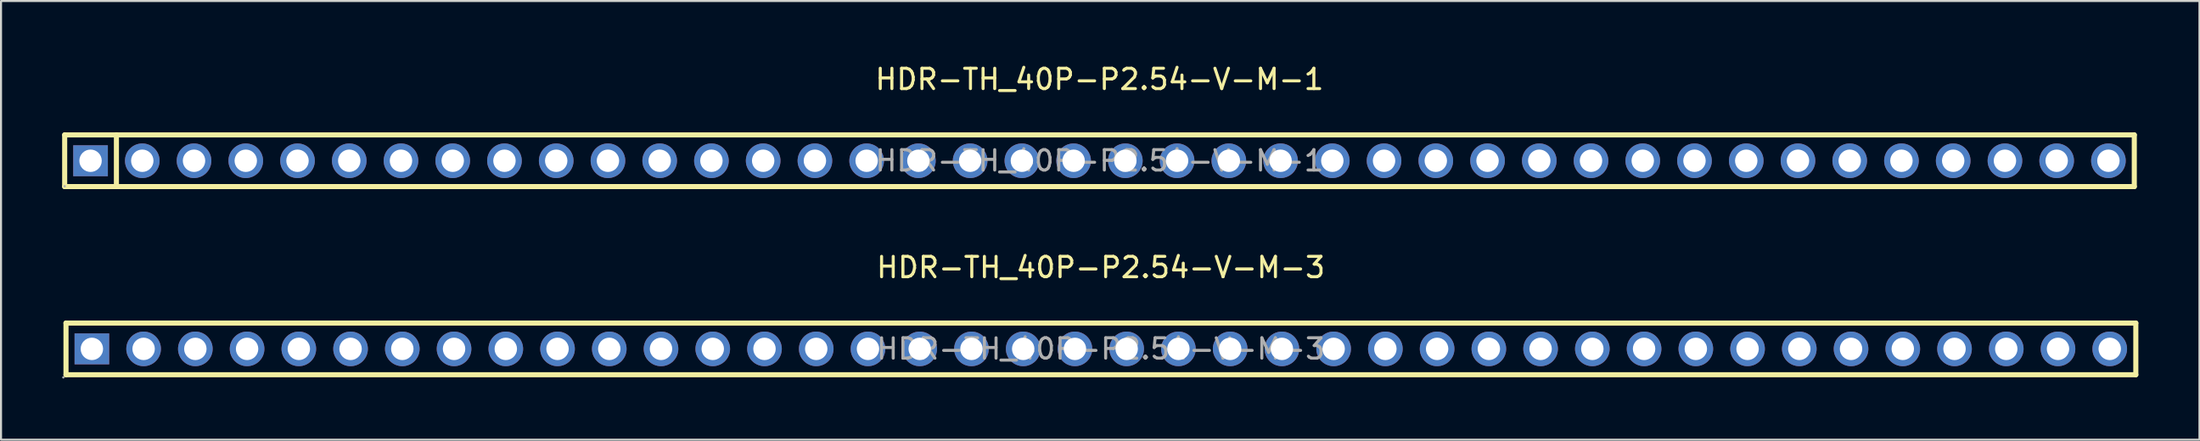
<source format=kicad_pcb>
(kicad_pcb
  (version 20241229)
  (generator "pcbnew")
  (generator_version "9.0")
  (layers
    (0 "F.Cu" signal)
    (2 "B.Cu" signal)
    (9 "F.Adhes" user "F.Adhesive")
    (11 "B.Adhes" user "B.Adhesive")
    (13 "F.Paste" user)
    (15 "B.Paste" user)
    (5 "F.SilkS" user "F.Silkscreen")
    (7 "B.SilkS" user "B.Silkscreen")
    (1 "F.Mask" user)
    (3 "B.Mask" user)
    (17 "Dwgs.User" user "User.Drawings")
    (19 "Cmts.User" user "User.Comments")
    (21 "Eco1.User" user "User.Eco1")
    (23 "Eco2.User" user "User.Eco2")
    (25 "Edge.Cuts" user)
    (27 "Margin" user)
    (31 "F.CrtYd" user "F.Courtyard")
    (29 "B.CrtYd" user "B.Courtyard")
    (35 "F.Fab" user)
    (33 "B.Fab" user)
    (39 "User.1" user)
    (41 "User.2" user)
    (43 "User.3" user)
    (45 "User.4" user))
  (footprint "HDR-TH_40P-P2.54-V-M-3"
    (layer "F.Cu")
    (at 50.99 14.091)
    (property "Reference" "HDR-TH_40P-P2.54-V-M-3" (at 0 -4 0) (layer "F.SilkS") (effects (font (size 1 1) (thickness 0.15))))
    (attr through_hole)
    (fp_line (start -50.8 -1.27) (end 50.81 -1.27) (stroke (width 0.25) (type solid)) (layer "F.SilkS"))
    (fp_line (start -50.8 1.27) (end -50.8 -1.27) (stroke (width 0.25) (type solid)) (layer "F.SilkS"))
    (fp_line (start 50.81 -1.27) (end 50.81 1.27) (stroke (width 0.25) (type solid)) (layer "F.SilkS"))
    (fp_line (start 50.81 1.27) (end -50.8 1.27) (stroke (width 0.25) (type solid)) (layer "F.SilkS"))
    (fp_circle (center -50.93 1.4) (end -50.9 1.4) (stroke (width 0.06) (type solid)) (fill no) (layer "F.Fab"))
    (fp_circle (center -49.53 0) (end -49.3 0) (stroke (width 0.45) (type solid)) (fill no) (layer "F.Fab"))
    (fp_circle (center -46.99 0) (end -46.76 0) (stroke (width 0.45) (type solid)) (fill no) (layer "F.Fab"))
    (fp_circle (center -44.45 0) (end -44.22 0) (stroke (width 0.45) (type solid)) (fill no) (layer "F.Fab"))
    (fp_circle (center -41.91 0) (end -41.68 0) (stroke (width 0.45) (type solid)) (fill no) (layer "F.Fab"))
    (fp_circle (center -39.37 0) (end -39.14 0) (stroke (width 0.45) (type solid)) (fill no) (layer "F.Fab"))
    (fp_circle (center -36.83 0) (end -36.6 0) (stroke (width 0.45) (type solid)) (fill no) (layer "F.Fab"))
    (fp_circle (center -34.29 0) (end -34.06 0) (stroke (width 0.45) (type solid)) (fill no) (layer "F.Fab"))
    (fp_circle (center -31.75 0) (end -31.52 0) (stroke (width 0.45) (type solid)) (fill no) (layer "F.Fab"))
    (fp_circle (center -29.21 0) (end -28.98 0) (stroke (width 0.45) (type solid)) (fill no) (layer "F.Fab"))
    (fp_circle (center -26.67 0) (end -26.44 0) (stroke (width 0.45) (type solid)) (fill no) (layer "F.Fab"))
    (fp_circle (center -24.13 0) (end -23.9 0) (stroke (width 0.45) (type solid)) (fill no) (layer "F.Fab"))
    (fp_circle (center -21.59 0) (end -21.36 0) (stroke (width 0.45) (type solid)) (fill no) (layer "F.Fab"))
    (fp_circle (center -19.05 0) (end -18.82 0) (stroke (width 0.45) (type solid)) (fill no) (layer "F.Fab"))
    (fp_circle (center -16.51 0) (end -16.28 0) (stroke (width 0.45) (type solid)) (fill no) (layer "F.Fab"))
    (fp_circle (center -13.97 0) (end -13.74 0) (stroke (width 0.45) (type solid)) (fill no) (layer "F.Fab"))
    (fp_circle (center -11.43 0) (end -11.2 0) (stroke (width 0.45) (type solid)) (fill no) (layer "F.Fab"))
    (fp_circle (center -8.89 0) (end -8.66 0) (stroke (width 0.45) (type solid)) (fill no) (layer "F.Fab"))
    (fp_circle (center -6.35 0) (end -6.12 0) (stroke (width 0.45) (type solid)) (fill no) (layer "F.Fab"))
    (fp_circle (center -3.81 0) (end -3.58 0) (stroke (width 0.45) (type solid)) (fill no) (layer "F.Fab"))
    (fp_circle (center -1.27 0) (end -1.04 0) (stroke (width 0.45) (type solid)) (fill no) (layer "F.Fab"))
    (fp_circle (center 1.27 0) (end 1.5 0) (stroke (width 0.45) (type solid)) (fill no) (layer "F.Fab"))
    (fp_circle (center 3.81 0) (end 4.04 0) (stroke (width 0.45) (type solid)) (fill no) (layer "F.Fab"))
    (fp_circle (center 6.35 0) (end 6.58 0) (stroke (width 0.45) (type solid)) (fill no) (layer "F.Fab"))
    (fp_circle (center 8.89 0) (end 9.12 0) (stroke (width 0.45) (type solid)) (fill no) (layer "F.Fab"))
    (fp_circle (center 11.43 0) (end 11.66 0) (stroke (width 0.45) (type solid)) (fill no) (layer "F.Fab"))
    (fp_circle (center 13.97 0) (end 14.2 0) (stroke (width 0.45) (type solid)) (fill no) (layer "F.Fab"))
    (fp_circle (center 16.51 0) (end 16.74 0) (stroke (width 0.45) (type solid)) (fill no) (layer "F.Fab"))
    (fp_circle (center 19.05 0) (end 19.28 0) (stroke (width 0.45) (type solid)) (fill no) (layer "F.Fab"))
    (fp_circle (center 21.59 0) (end 21.82 0) (stroke (width 0.45) (type solid)) (fill no) (layer "F.Fab"))
    (fp_circle (center 24.13 0) (end 24.36 0) (stroke (width 0.45) (type solid)) (fill no) (layer "F.Fab"))
    (fp_circle (center 26.67 0) (end 26.9 0) (stroke (width 0.45) (type solid)) (fill no) (layer "F.Fab"))
    (fp_circle (center 29.21 0) (end 29.44 0) (stroke (width 0.45) (type solid)) (fill no) (layer "F.Fab"))
    (fp_circle (center 31.75 0) (end 31.98 0) (stroke (width 0.45) (type solid)) (fill no) (layer "F.Fab"))
    (fp_circle (center 34.29 0) (end 34.52 0) (stroke (width 0.45) (type solid)) (fill no) (layer "F.Fab"))
    (fp_circle (center 36.83 0) (end 37.06 0) (stroke (width 0.45) (type solid)) (fill no) (layer "F.Fab"))
    (fp_circle (center 39.37 0) (end 39.6 0) (stroke (width 0.45) (type solid)) (fill no) (layer "F.Fab"))
    (fp_circle (center 41.91 0) (end 42.14 0) (stroke (width 0.45) (type solid)) (fill no) (layer "F.Fab"))
    (fp_circle (center 44.45 0) (end 44.68 0) (stroke (width 0.45) (type solid)) (fill no) (layer "F.Fab"))
    (fp_circle (center 46.99 0) (end 47.22 0) (stroke (width 0.45) (type solid)) (fill no) (layer "F.Fab"))
    (fp_circle (center 49.53 0) (end 49.76 0) (stroke (width 0.45) (type solid)) (fill no) (layer "F.Fab"))
    (fp_text user "${REFERENCE}" (at 0 0 0) (layer "F.Fab") (effects (font (size 1 1) (thickness 0.15))))
    (pad "1" thru_hole rect (at -49.53 0) (size 1.7 1.52) (drill 1.1) (layers "*.Cu" "*.Paste" "*.Mask"))
    (pad "2" thru_hole circle (at -46.99 0) (size 1.7 1.7) (drill 1.1) (layers "*.Cu" "*.Paste" "*.Mask"))
    (pad "3" thru_hole circle (at -44.45 0) (size 1.7 1.7) (drill 1.1) (layers "*.Cu" "*.Paste" "*.Mask"))
    (pad "4" thru_hole circle (at -41.91 0) (size 1.7 1.7) (drill 1.1) (layers "*.Cu" "*.Paste" "*.Mask"))
    (pad "5" thru_hole circle (at -39.37 0) (size 1.7 1.7) (drill 1.1) (layers "*.Cu" "*.Paste" "*.Mask"))
    (pad "6" thru_hole circle (at -36.83 0) (size 1.7 1.7) (drill 1.1) (layers "*.Cu" "*.Paste" "*.Mask"))
    (pad "7" thru_hole circle (at -34.29 0) (size 1.7 1.7) (drill 1.1) (layers "*.Cu" "*.Paste" "*.Mask"))
    (pad "8" thru_hole circle (at -31.75 0) (size 1.7 1.7) (drill 1.1) (layers "*.Cu" "*.Paste" "*.Mask"))
    (pad "9" thru_hole circle (at -29.21 0) (size 1.7 1.7) (drill 1.1) (layers "*.Cu" "*.Paste" "*.Mask"))
    (pad "10" thru_hole circle (at -26.67 0) (size 1.7 1.7) (drill 1.1) (layers "*.Cu" "*.Paste" "*.Mask"))
    (pad "11" thru_hole circle (at -24.13 0) (size 1.7 1.7) (drill 1.1) (layers "*.Cu" "*.Paste" "*.Mask"))
    (pad "12" thru_hole circle (at -21.59 0) (size 1.7 1.7) (drill 1.1) (layers "*.Cu" "*.Paste" "*.Mask"))
    (pad "13" thru_hole circle (at -19.05 0) (size 1.7 1.7) (drill 1.1) (layers "*.Cu" "*.Paste" "*.Mask"))
    (pad "14" thru_hole circle (at -16.51 0) (size 1.7 1.7) (drill 1.1) (layers "*.Cu" "*.Paste" "*.Mask"))
    (pad "15" thru_hole circle (at -13.97 0) (size 1.7 1.7) (drill 1.1) (layers "*.Cu" "*.Paste" "*.Mask"))
    (pad "16" thru_hole circle (at -11.43 0) (size 1.7 1.7) (drill 1.1) (layers "*.Cu" "*.Paste" "*.Mask"))
    (pad "17" thru_hole circle (at -8.89 0) (size 1.7 1.7) (drill 1.1) (layers "*.Cu" "*.Paste" "*.Mask"))
    (pad "18" thru_hole circle (at -6.35 0) (size 1.7 1.7) (drill 1.1) (layers "*.Cu" "*.Paste" "*.Mask"))
    (pad "19" thru_hole circle (at -3.81 0) (size 1.7 1.7) (drill 1.1) (layers "*.Cu" "*.Paste" "*.Mask"))
    (pad "20" thru_hole circle (at -1.27 0) (size 1.7 1.7) (drill 1.1) (layers "*.Cu" "*.Paste" "*.Mask"))
    (pad "21" thru_hole circle (at 1.27 0) (size 1.7 1.7) (drill 1.1) (layers "*.Cu" "*.Paste" "*.Mask"))
    (pad "22" thru_hole circle (at 3.81 0) (size 1.7 1.7) (drill 1.1) (layers "*.Cu" "*.Paste" "*.Mask"))
    (pad "23" thru_hole circle (at 6.35 0) (size 1.7 1.7) (drill 1.1) (layers "*.Cu" "*.Paste" "*.Mask"))
    (pad "24" thru_hole circle (at 8.89 0) (size 1.7 1.7) (drill 1.1) (layers "*.Cu" "*.Paste" "*.Mask"))
    (pad "25" thru_hole circle (at 11.43 0) (size 1.7 1.7) (drill 1.1) (layers "*.Cu" "*.Paste" "*.Mask"))
    (pad "26" thru_hole circle (at 13.97 0) (size 1.7 1.7) (drill 1.1) (layers "*.Cu" "*.Paste" "*.Mask"))
    (pad "27" thru_hole circle (at 16.51 0) (size 1.7 1.7) (drill 1.1) (layers "*.Cu" "*.Paste" "*.Mask"))
    (pad "28" thru_hole circle (at 19.05 0) (size 1.7 1.7) (drill 1.1) (layers "*.Cu" "*.Paste" "*.Mask"))
    (pad "29" thru_hole circle (at 21.59 0) (size 1.7 1.7) (drill 1.1) (layers "*.Cu" "*.Paste" "*.Mask"))
    (pad "30" thru_hole circle (at 24.13 0) (size 1.7 1.7) (drill 1.1) (layers "*.Cu" "*.Paste" "*.Mask"))
    (pad "31" thru_hole circle (at 26.67 0) (size 1.7 1.7) (drill 1.1) (layers "*.Cu" "*.Paste" "*.Mask"))
    (pad "32" thru_hole circle (at 29.21 0) (size 1.7 1.7) (drill 1.1) (layers "*.Cu" "*.Paste" "*.Mask"))
    (pad "33" thru_hole circle (at 31.75 0) (size 1.7 1.7) (drill 1.1) (layers "*.Cu" "*.Paste" "*.Mask"))
    (pad "34" thru_hole circle (at 34.29 0) (size 1.7 1.7) (drill 1.1) (layers "*.Cu" "*.Paste" "*.Mask"))
    (pad "35" thru_hole circle (at 36.83 0) (size 1.7 1.7) (drill 1.1) (layers "*.Cu" "*.Paste" "*.Mask"))
    (pad "36" thru_hole circle (at 39.37 0) (size 1.7 1.7) (drill 1.1) (layers "*.Cu" "*.Paste" "*.Mask"))
    (pad "37" thru_hole circle (at 41.91 0) (size 1.7 1.7) (drill 1.1) (layers "*.Cu" "*.Paste" "*.Mask"))
    (pad "38" thru_hole circle (at 44.45 0) (size 1.7 1.7) (drill 1.1) (layers "*.Cu" "*.Paste" "*.Mask"))
    (pad "39" thru_hole circle (at 46.99 0) (size 1.7 1.7) (drill 1.1) (layers "*.Cu" "*.Paste" "*.Mask"))
    (pad "40" thru_hole circle (at 49.53 0) (size 1.7 1.7) (drill 1.1) (layers "*.Cu" "*.Paste" "*.Mask")))
  (footprint "HDR-TH_40P-P2.54-V-M-1"
    (layer "F.Cu")
    (at 50.925 4.848)
    (property "Reference" "HDR-TH_40P-P2.54-V-M-1" (at 0 -4 0) (layer "F.SilkS") (effects (font (size 1 1) (thickness 0.15))))
    (attr through_hole)
    (fp_line (start -50.8 -1.27) (end 50.8 -1.27) (stroke (width 0.25) (type solid)) (layer "F.SilkS"))
    (fp_line (start -50.8 1.27) (end -50.8 -1.27) (stroke (width 0.25) (type solid)) (layer "F.SilkS"))
    (fp_line (start -48.26 -1.27) (end -48.26 1.27) (stroke (width 0.25) (type solid)) (layer "F.SilkS"))
    (fp_line (start 50.8 -1.27) (end 50.8 1.27) (stroke (width 0.25) (type solid)) (layer "F.SilkS"))
    (fp_line (start 50.8 1.27) (end -50.8 1.27) (stroke (width 0.25) (type solid)) (layer "F.SilkS"))
    (fp_circle (center -50.8 1.25) (end -50.77 1.25) (stroke (width 0.06) (type solid)) (fill no) (layer "F.Fab"))
    (fp_text user "${REFERENCE}" (at 0 0 0) (layer "F.Fab") (effects (font (size 1 1) (thickness 0.15))))
    (pad "1" thru_hole rect (at -49.53 0) (size 1.7 1.52) (drill 1.1) (layers "*.Cu" "*.Paste" "*.Mask"))
    (pad "2" thru_hole circle (at -46.99 0) (size 1.7 1.7) (drill 1.1) (layers "*.Cu" "*.Paste" "*.Mask"))
    (pad "3" thru_hole circle (at -44.45 0) (size 1.7 1.7) (drill 1.1) (layers "*.Cu" "*.Paste" "*.Mask"))
    (pad "4" thru_hole circle (at -41.91 0) (size 1.7 1.7) (drill 1.1) (layers "*.Cu" "*.Paste" "*.Mask"))
    (pad "5" thru_hole circle (at -39.37 0) (size 1.7 1.7) (drill 1.1) (layers "*.Cu" "*.Paste" "*.Mask"))
    (pad "6" thru_hole circle (at -36.83 0) (size 1.7 1.7) (drill 1.1) (layers "*.Cu" "*.Paste" "*.Mask"))
    (pad "7" thru_hole circle (at -34.29 0) (size 1.7 1.7) (drill 1.1) (layers "*.Cu" "*.Paste" "*.Mask"))
    (pad "8" thru_hole circle (at -31.75 0) (size 1.7 1.7) (drill 1.1) (layers "*.Cu" "*.Paste" "*.Mask"))
    (pad "9" thru_hole circle (at -29.21 0) (size 1.7 1.7) (drill 1.1) (layers "*.Cu" "*.Paste" "*.Mask"))
    (pad "10" thru_hole circle (at -26.67 0) (size 1.7 1.7) (drill 1.1) (layers "*.Cu" "*.Paste" "*.Mask"))
    (pad "11" thru_hole circle (at -24.13 0) (size 1.7 1.7) (drill 1.1) (layers "*.Cu" "*.Paste" "*.Mask"))
    (pad "12" thru_hole circle (at -21.59 0) (size 1.7 1.7) (drill 1.1) (layers "*.Cu" "*.Paste" "*.Mask"))
    (pad "13" thru_hole circle (at -19.05 0) (size 1.7 1.7) (drill 1.1) (layers "*.Cu" "*.Paste" "*.Mask"))
    (pad "14" thru_hole circle (at -16.51 0) (size 1.7 1.7) (drill 1.1) (layers "*.Cu" "*.Paste" "*.Mask"))
    (pad "15" thru_hole circle (at -13.97 0) (size 1.7 1.7) (drill 1.1) (layers "*.Cu" "*.Paste" "*.Mask"))
    (pad "16" thru_hole circle (at -11.43 0) (size 1.7 1.7) (drill 1.1) (layers "*.Cu" "*.Paste" "*.Mask"))
    (pad "17" thru_hole circle (at -8.89 0) (size 1.7 1.7) (drill 1.1) (layers "*.Cu" "*.Paste" "*.Mask"))
    (pad "18" thru_hole circle (at -6.35 0) (size 1.7 1.7) (drill 1.1) (layers "*.Cu" "*.Paste" "*.Mask"))
    (pad "19" thru_hole circle (at -3.81 0) (size 1.7 1.7) (drill 1.1) (layers "*.Cu" "*.Paste" "*.Mask"))
    (pad "20" thru_hole circle (at -1.27 0) (size 1.7 1.7) (drill 1.1) (layers "*.Cu" "*.Paste" "*.Mask"))
    (pad "21" thru_hole circle (at 1.27 0) (size 1.7 1.7) (drill 1.1) (layers "*.Cu" "*.Paste" "*.Mask"))
    (pad "22" thru_hole circle (at 3.81 0) (size 1.7 1.7) (drill 1.1) (layers "*.Cu" "*.Paste" "*.Mask"))
    (pad "23" thru_hole circle (at 6.35 0) (size 1.7 1.7) (drill 1.1) (layers "*.Cu" "*.Paste" "*.Mask"))
    (pad "24" thru_hole circle (at 8.89 0) (size 1.7 1.7) (drill 1.1) (layers "*.Cu" "*.Paste" "*.Mask"))
    (pad "25" thru_hole circle (at 11.43 0) (size 1.7 1.7) (drill 1.1) (layers "*.Cu" "*.Paste" "*.Mask"))
    (pad "26" thru_hole circle (at 13.97 0) (size 1.7 1.7) (drill 1.1) (layers "*.Cu" "*.Paste" "*.Mask"))
    (pad "27" thru_hole circle (at 16.51 0) (size 1.7 1.7) (drill 1.1) (layers "*.Cu" "*.Paste" "*.Mask"))
    (pad "28" thru_hole circle (at 19.05 0) (size 1.7 1.7) (drill 1.1) (layers "*.Cu" "*.Paste" "*.Mask"))
    (pad "29" thru_hole circle (at 21.59 0) (size 1.7 1.7) (drill 1.1) (layers "*.Cu" "*.Paste" "*.Mask"))
    (pad "30" thru_hole circle (at 24.13 0) (size 1.7 1.7) (drill 1.1) (layers "*.Cu" "*.Paste" "*.Mask"))
    (pad "31" thru_hole circle (at 26.67 0) (size 1.7 1.7) (drill 1.1) (layers "*.Cu" "*.Paste" "*.Mask"))
    (pad "32" thru_hole circle (at 29.21 0) (size 1.7 1.7) (drill 1.1) (layers "*.Cu" "*.Paste" "*.Mask"))
    (pad "33" thru_hole circle (at 31.75 0) (size 1.7 1.7) (drill 1.1) (layers "*.Cu" "*.Paste" "*.Mask"))
    (pad "34" thru_hole circle (at 34.29 0) (size 1.7 1.7) (drill 1.1) (layers "*.Cu" "*.Paste" "*.Mask"))
    (pad "35" thru_hole circle (at 36.83 0) (size 1.7 1.7) (drill 1.1) (layers "*.Cu" "*.Paste" "*.Mask"))
    (pad "36" thru_hole circle (at 39.37 0) (size 1.7 1.7) (drill 1.1) (layers "*.Cu" "*.Paste" "*.Mask"))
    (pad "37" thru_hole circle (at 41.91 0) (size 1.7 1.7) (drill 1.1) (layers "*.Cu" "*.Paste" "*.Mask"))
    (pad "38" thru_hole circle (at 44.45 0) (size 1.7 1.7) (drill 1.1) (layers "*.Cu" "*.Paste" "*.Mask"))
    (pad "39" thru_hole circle (at 46.99 0) (size 1.7 1.7) (drill 1.1) (layers "*.Cu" "*.Paste" "*.Mask"))
    (pad "40" thru_hole circle (at 49.53 0) (size 1.7 1.7) (drill 1.1) (layers "*.Cu" "*.Paste" "*.Mask")))
  (gr_rect
    (start -3 -3)
    (end 104.925 18.552)
    (stroke (width 0.1) (type default))
    (fill no)
    (layer "Edge.Cuts")))
</source>
